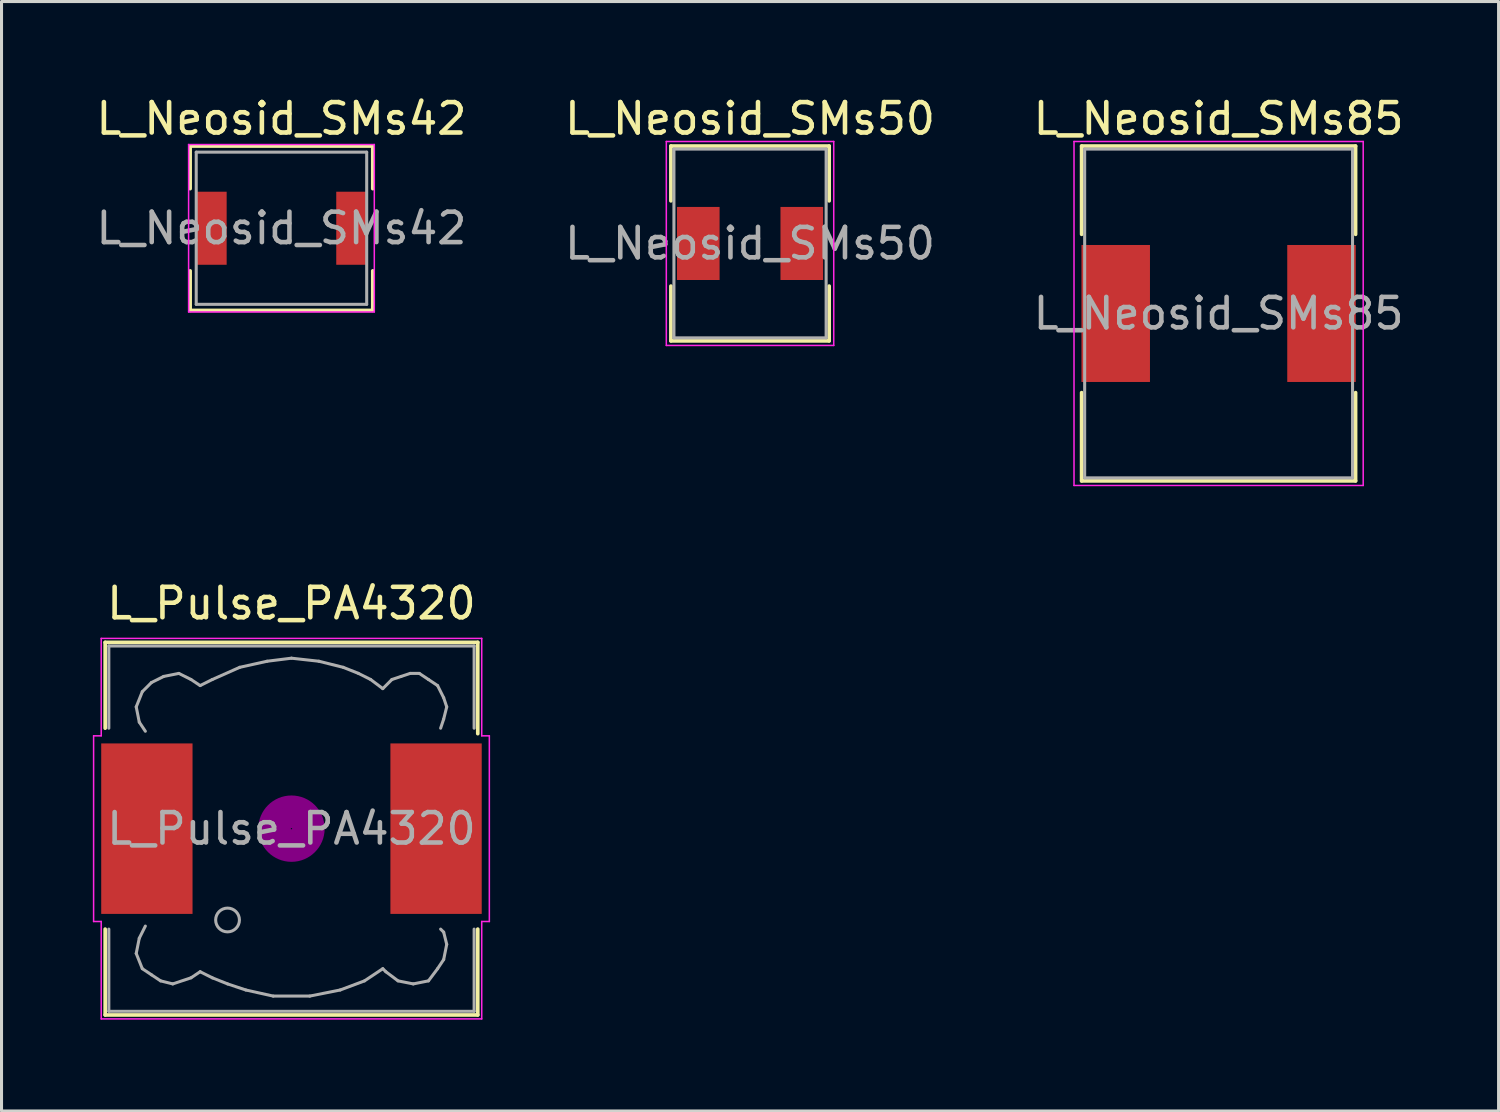
<source format=kicad_pcb>
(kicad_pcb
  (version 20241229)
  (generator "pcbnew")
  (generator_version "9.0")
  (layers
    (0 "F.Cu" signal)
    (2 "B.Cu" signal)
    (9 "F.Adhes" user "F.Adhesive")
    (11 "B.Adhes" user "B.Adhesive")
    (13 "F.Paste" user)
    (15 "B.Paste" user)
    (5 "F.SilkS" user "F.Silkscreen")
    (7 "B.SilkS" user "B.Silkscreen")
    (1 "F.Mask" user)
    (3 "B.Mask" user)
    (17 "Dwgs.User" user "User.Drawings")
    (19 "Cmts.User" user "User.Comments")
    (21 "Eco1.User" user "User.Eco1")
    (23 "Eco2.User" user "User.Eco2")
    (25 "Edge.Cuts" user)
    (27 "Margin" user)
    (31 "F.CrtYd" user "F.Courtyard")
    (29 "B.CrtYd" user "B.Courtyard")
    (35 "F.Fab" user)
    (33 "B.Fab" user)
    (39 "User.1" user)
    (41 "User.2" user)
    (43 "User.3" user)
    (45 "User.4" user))
  (footprint "L_Neosid_SMs50"
    (layer "F.Cu")
    (at 21.589 4.948)
    (property "Reference" "L_Neosid_SMs50" (at 0 -4.1 0) (layer "F.SilkS") (effects (font (size 1 1) (thickness 0.15))))
    (attr smd)
    (fp_line (start -2.6 -3.2) (end 2.6 -3.2) (stroke (width 0.12) (type solid)) (layer "F.SilkS"))
    (fp_line (start -2.6 -1.4) (end -2.6 -3.2) (stroke (width 0.12) (type solid)) (layer "F.SilkS"))
    (fp_line (start -2.6 3.2) (end -2.6 1.4) (stroke (width 0.12) (type solid)) (layer "F.SilkS"))
    (fp_line (start 2.6 -3.2) (end 2.6 -1.4) (stroke (width 0.12) (type solid)) (layer "F.SilkS"))
    (fp_line (start 2.6 1.4) (end 2.6 3.2) (stroke (width 0.12) (type solid)) (layer "F.SilkS"))
    (fp_line (start 2.6 3.2) (end -2.6 3.2) (stroke (width 0.12) (type solid)) (layer "F.SilkS"))
    (fp_line (start -2.75 -3.35) (end -2.75 3.35) (stroke (width 0.05) (type solid)) (layer "F.CrtYd"))
    (fp_line (start -2.75 -3.35) (end 2.75 -3.35) (stroke (width 0.05) (type solid)) (layer "F.CrtYd"))
    (fp_line (start 2.75 3.35) (end -2.75 3.35) (stroke (width 0.05) (type solid)) (layer "F.CrtYd"))
    (fp_line (start 2.75 3.35) (end 2.75 -3.35) (stroke (width 0.05) (type solid)) (layer "F.CrtYd"))
    (fp_line (start -2.5 -3.1) (end 2.5 -3.1) (stroke (width 0.1) (type solid)) (layer "F.Fab"))
    (fp_line (start -2.5 3.1) (end -2.5 -3.1) (stroke (width 0.1) (type solid)) (layer "F.Fab"))
    (fp_line (start 2.5 -3.1) (end 2.5 3.1) (stroke (width 0.1) (type solid)) (layer "F.Fab"))
    (fp_line (start 2.5 3.1) (end -2.5 3.1) (stroke (width 0.1) (type solid)) (layer "F.Fab"))
    (fp_text user "${REFERENCE}" (at 0 0 0) (layer "F.Fab") (effects (font (size 1 1) (thickness 0.15))))
    (pad "1" smd rect (at -1.7 0) (size 1.4 2.4) (layers "F.Cu" "F.Mask" "F.Paste"))
    (pad "2" smd rect (at 1.7 0) (size 1.4 2.4) (layers "F.Cu" "F.Mask" "F.Paste")))
  (footprint "L_Pulse_PA4320"
    (layer "F.Cu")
    (at 6.525 24.172)
    (property "Reference" "L_Pulse_PA4320" (at 0 -7.4 0) (layer "F.SilkS") (effects (font (size 1 1) (thickness 0.15))))
    (attr smd)
    (fp_line (start -6.12 -6.12) (end 6.12 -6.12) (stroke (width 0.12) (type solid)) (layer "F.SilkS"))
    (fp_line (start -6.12 -3.3) (end -6.12 -6.12) (stroke (width 0.12) (type solid)) (layer "F.SilkS"))
    (fp_line (start -6.12 6.12) (end -6.12 3.3) (stroke (width 0.12) (type solid)) (layer "F.SilkS"))
    (fp_line (start 6.12 -6.12) (end 6.12 -3.12) (stroke (width 0.12) (type solid)) (layer "F.SilkS"))
    (fp_line (start 6.12 3.3) (end 6.12 6.12) (stroke (width 0.12) (type solid)) (layer "F.SilkS"))
    (fp_line (start 6.12 6.12) (end -6.12 6.12) (stroke (width 0.12) (type solid)) (layer "F.SilkS"))
    (fp_circle (center 0 0) (end 0.15 0.15) (stroke (width 0.38) (type solid)) (fill no) (layer "F.Adhes"))
    (fp_circle (center 0 0) (end 0.55 0) (stroke (width 0.38) (type solid)) (fill no) (layer "F.Adhes"))
    (fp_circle (center 0 0) (end 0.9 0) (stroke (width 0.38) (type solid)) (fill no) (layer "F.Adhes"))
    (fp_line (start -6.5 -3.05) (end -6.25 -3.05) (stroke (width 0.05) (type solid)) (layer "F.CrtYd"))
    (fp_line (start -6.5 3.05) (end -6.5 -3.05) (stroke (width 0.05) (type solid)) (layer "F.CrtYd"))
    (fp_line (start -6.5 3.05) (end -6.25 3.05) (stroke (width 0.05) (type solid)) (layer "F.CrtYd"))
    (fp_line (start -6.25 -6.25) (end 6.25 -6.25) (stroke (width 0.05) (type solid)) (layer "F.CrtYd"))
    (fp_line (start -6.25 -3.05) (end -6.25 -6.25) (stroke (width 0.05) (type solid)) (layer "F.CrtYd"))
    (fp_line (start -6.25 6.25) (end -6.25 3.05) (stroke (width 0.05) (type solid)) (layer "F.CrtYd"))
    (fp_line (start 6.25 -3.05) (end 6.25 -6.25) (stroke (width 0.05) (type solid)) (layer "F.CrtYd"))
    (fp_line (start 6.25 -3.05) (end 6.5 -3.05) (stroke (width 0.05) (type solid)) (layer "F.CrtYd"))
    (fp_line (start 6.25 3.05) (end 6.5 3.05) (stroke (width 0.05) (type solid)) (layer "F.CrtYd"))
    (fp_line (start 6.25 6.25) (end -6.25 6.25) (stroke (width 0.05) (type solid)) (layer "F.CrtYd"))
    (fp_line (start 6.25 6.25) (end 6.25 3.05) (stroke (width 0.05) (type solid)) (layer "F.CrtYd"))
    (fp_line (start 6.5 -3.05) (end 6.5 3.05) (stroke (width 0.05) (type solid)) (layer "F.CrtYd"))
    (fp_line (start -6 -6) (end -6 -3.3) (stroke (width 0.1) (type solid)) (layer "F.Fab"))
    (fp_line (start -6 3.3) (end -6 6) (stroke (width 0.1) (type solid)) (layer "F.Fab"))
    (fp_line (start -6 6) (end 6 6) (stroke (width 0.1) (type solid)) (layer "F.Fab"))
    (fp_line (start -5.1 -4) (end -5 -3.5) (stroke (width 0.1) (type solid)) (layer "F.Fab"))
    (fp_line (start -5.1 4.1) (end -5 3.6) (stroke (width 0.1) (type solid)) (layer "F.Fab"))
    (fp_line (start -5 -3.5) (end -4.8 -3.2) (stroke (width 0.1) (type solid)) (layer "F.Fab"))
    (fp_line (start -5 3.6) (end -4.8 3.2) (stroke (width 0.1) (type solid)) (layer "F.Fab"))
    (fp_line (start -4.9 -4.5) (end -5.1 -4) (stroke (width 0.1) (type solid)) (layer "F.Fab"))
    (fp_line (start -4.9 4.6) (end -5.1 4.1) (stroke (width 0.1) (type solid)) (layer "F.Fab"))
    (fp_line (start -4.6 -4.8) (end -4.9 -4.5) (stroke (width 0.1) (type solid)) (layer "F.Fab"))
    (fp_line (start -4.6 4.8) (end -4.9 4.6) (stroke (width 0.1) (type solid)) (layer "F.Fab"))
    (fp_line (start -4.3 5) (end -4.6 4.8) (stroke (width 0.1) (type solid)) (layer "F.Fab"))
    (fp_line (start -4.2 -5) (end -4.6 -4.8) (stroke (width 0.1) (type solid)) (layer "F.Fab"))
    (fp_line (start -3.9 5.1) (end -4.3 5) (stroke (width 0.1) (type solid)) (layer "F.Fab"))
    (fp_line (start -3.7 -5.1) (end -4.2 -5) (stroke (width 0.1) (type solid)) (layer "F.Fab"))
    (fp_line (start -3.3 -4.9) (end -3.7 -5.1) (stroke (width 0.1) (type solid)) (layer "F.Fab"))
    (fp_line (start -3.3 4.9) (end -3.9 5.1) (stroke (width 0.1) (type solid)) (layer "F.Fab"))
    (fp_line (start -3 -4.7) (end -3.3 -4.9) (stroke (width 0.1) (type solid)) (layer "F.Fab"))
    (fp_line (start -3 4.7) (end -3.3 4.9) (stroke (width 0.1) (type solid)) (layer "F.Fab"))
    (fp_line (start -2.6 -4.9) (end -3 -4.7) (stroke (width 0.1) (type solid)) (layer "F.Fab"))
    (fp_line (start -2.6 4.9) (end -3 4.7) (stroke (width 0.1) (type solid)) (layer "F.Fab"))
    (fp_line (start -2.1 5.1) (end -2.6 4.9) (stroke (width 0.1) (type solid)) (layer "F.Fab"))
    (fp_line (start -1.7 -5.3) (end -2.6 -4.9) (stroke (width 0.1) (type solid)) (layer "F.Fab"))
    (fp_line (start -1.5 5.3) (end -2.1 5.1) (stroke (width 0.1) (type solid)) (layer "F.Fab"))
    (fp_line (start -0.8 -5.5) (end -1.7 -5.3) (stroke (width 0.1) (type solid)) (layer "F.Fab"))
    (fp_line (start -0.6 5.5) (end -1.5 5.3) (stroke (width 0.1) (type solid)) (layer "F.Fab"))
    (fp_line (start 0 -5.6) (end -0.8 -5.5) (stroke (width 0.1) (type solid)) (layer "F.Fab"))
    (fp_line (start 0.6 5.5) (end -0.6 5.5) (stroke (width 0.1) (type solid)) (layer "F.Fab"))
    (fp_line (start 0.9 -5.5) (end 0 -5.6) (stroke (width 0.1) (type solid)) (layer "F.Fab"))
    (fp_line (start 1.6 5.3) (end 0.6 5.5) (stroke (width 0.1) (type solid)) (layer "F.Fab"))
    (fp_line (start 1.7 -5.3) (end 0.9 -5.5) (stroke (width 0.1) (type solid)) (layer "F.Fab"))
    (fp_line (start 2.2 -5.1) (end 1.7 -5.3) (stroke (width 0.1) (type solid)) (layer "F.Fab"))
    (fp_line (start 2.4 5) (end 1.6 5.3) (stroke (width 0.1) (type solid)) (layer "F.Fab"))
    (fp_line (start 2.6 -4.9) (end 2.2 -5.1) (stroke (width 0.1) (type solid)) (layer "F.Fab"))
    (fp_line (start 3 -4.6) (end 2.6 -4.9) (stroke (width 0.1) (type solid)) (layer "F.Fab"))
    (fp_line (start 3 4.6) (end 2.4 5) (stroke (width 0.1) (type solid)) (layer "F.Fab"))
    (fp_line (start 3.1 4.7) (end 3 4.6) (stroke (width 0.1) (type solid)) (layer "F.Fab"))
    (fp_line (start 3.3 -4.9) (end 3 -4.6) (stroke (width 0.1) (type solid)) (layer "F.Fab"))
    (fp_line (start 3.5 5) (end 3.1 4.7) (stroke (width 0.1) (type solid)) (layer "F.Fab"))
    (fp_line (start 3.6 -5) (end 3.3 -4.9) (stroke (width 0.1) (type solid)) (layer "F.Fab"))
    (fp_line (start 3.9 -5.1) (end 3.6 -5) (stroke (width 0.1) (type solid)) (layer "F.Fab"))
    (fp_line (start 4 5.1) (end 3.5 5) (stroke (width 0.1) (type solid)) (layer "F.Fab"))
    (fp_line (start 4.2 -5.1) (end 3.9 -5.1) (stroke (width 0.1) (type solid)) (layer "F.Fab"))
    (fp_line (start 4.5 -4.9) (end 4.2 -5.1) (stroke (width 0.1) (type solid)) (layer "F.Fab"))
    (fp_line (start 4.5 5) (end 4 5.1) (stroke (width 0.1) (type solid)) (layer "F.Fab"))
    (fp_line (start 4.8 -4.7) (end 4.5 -4.9) (stroke (width 0.1) (type solid)) (layer "F.Fab"))
    (fp_line (start 4.8 4.6) (end 4.5 5) (stroke (width 0.1) (type solid)) (layer "F.Fab"))
    (fp_line (start 4.9 -3.3) (end 5 -3.6) (stroke (width 0.1) (type solid)) (layer "F.Fab"))
    (fp_line (start 4.9 3.3) (end 5 3.4) (stroke (width 0.1) (type solid)) (layer "F.Fab"))
    (fp_line (start 5 -4.3) (end 4.8 -4.7) (stroke (width 0.1) (type solid)) (layer "F.Fab"))
    (fp_line (start 5 -3.6) (end 5.1 -4) (stroke (width 0.1) (type solid)) (layer "F.Fab"))
    (fp_line (start 5 3.4) (end 5.1 3.8) (stroke (width 0.1) (type solid)) (layer "F.Fab"))
    (fp_line (start 5 4.3) (end 4.8 4.6) (stroke (width 0.1) (type solid)) (layer "F.Fab"))
    (fp_line (start 5.1 -4) (end 5 -4.3) (stroke (width 0.1) (type solid)) (layer "F.Fab"))
    (fp_line (start 5.1 3.8) (end 5 4.3) (stroke (width 0.1) (type solid)) (layer "F.Fab"))
    (fp_line (start 6 -6) (end -6 -6) (stroke (width 0.1) (type solid)) (layer "F.Fab"))
    (fp_line (start 6 -6) (end 6 -3.3) (stroke (width 0.1) (type solid)) (layer "F.Fab"))
    (fp_line (start 6 6) (end 6 3.3) (stroke (width 0.1) (type solid)) (layer "F.Fab"))
    (fp_circle (center -2.1 3) (end -1.8 3.25) (stroke (width 0.1) (type solid)) (fill no) (layer "F.Fab"))
    (fp_text user "${REFERENCE}" (at 0 0 0) (layer "F.Fab") (effects (font (size 1 1) (thickness 0.15))))
    (pad "1" smd rect (at -4.75 0) (size 3 5.6) (layers "F.Cu" "F.Mask" "F.Paste"))
    (pad "2" smd rect (at 4.75 0) (size 3 5.6) (layers "F.Cu" "F.Mask" "F.Paste")))
  (footprint "L_Neosid_SMs85"
    (layer "F.Cu")
    (at 36.982 7.248)
    (property "Reference" "L_Neosid_SMs85" (at 0 -6.4 0) (layer "F.SilkS") (effects (font (size 1 1) (thickness 0.15))))
    (attr smd)
    (fp_line (start -4.5 -5.5) (end 4.5 -5.5) (stroke (width 0.12) (type solid)) (layer "F.SilkS"))
    (fp_line (start -4.5 -2.6) (end -4.5 -5.5) (stroke (width 0.12) (type solid)) (layer "F.SilkS"))
    (fp_line (start -4.5 5.5) (end -4.5 2.6) (stroke (width 0.12) (type solid)) (layer "F.SilkS"))
    (fp_line (start 4.5 -5.5) (end 4.5 -2.6) (stroke (width 0.12) (type solid)) (layer "F.SilkS"))
    (fp_line (start 4.5 2.6) (end 4.5 5.5) (stroke (width 0.12) (type solid)) (layer "F.SilkS"))
    (fp_line (start 4.5 5.5) (end -4.5 5.5) (stroke (width 0.12) (type solid)) (layer "F.SilkS"))
    (fp_line (start -4.75 -5.65) (end -4.75 5.65) (stroke (width 0.05) (type solid)) (layer "F.CrtYd"))
    (fp_line (start -4.75 -5.65) (end 4.75 -5.65) (stroke (width 0.05) (type solid)) (layer "F.CrtYd"))
    (fp_line (start 4.75 5.65) (end -4.75 5.65) (stroke (width 0.05) (type solid)) (layer "F.CrtYd"))
    (fp_line (start 4.75 5.65) (end 4.75 -5.65) (stroke (width 0.05) (type solid)) (layer "F.CrtYd"))
    (fp_line (start -4.4 -5.4) (end 4.4 -5.4) (stroke (width 0.1) (type solid)) (layer "F.Fab"))
    (fp_line (start -4.4 5.4) (end -4.4 -5.4) (stroke (width 0.1) (type solid)) (layer "F.Fab"))
    (fp_line (start 4.4 -5.4) (end 4.4 5.4) (stroke (width 0.1) (type solid)) (layer "F.Fab"))
    (fp_line (start 4.4 5.4) (end -4.4 5.4) (stroke (width 0.1) (type solid)) (layer "F.Fab"))
    (fp_text user "${REFERENCE}" (at 0 0 0) (layer "F.Fab") (effects (font (size 1 1) (thickness 0.15))))
    (pad "1" smd rect (at -3.38 0) (size 2.25 4.5) (layers "F.Cu" "F.Mask" "F.Paste"))
    (pad "2" smd rect (at 3.38 0) (size 2.25 4.5) (layers "F.Cu" "F.Mask" "F.Paste")))
  (footprint "L_Neosid_SMs42"
    (layer "F.Cu")
    (at 6.196 4.448)
    (property "Reference" "L_Neosid_SMs42" (at 0 -3.6 0) (layer "F.SilkS") (effects (font (size 1 1) (thickness 0.15))))
    (attr smd)
    (fp_line (start -3 -2.7) (end 3 -2.7) (stroke (width 0.12) (type solid)) (layer "F.SilkS"))
    (fp_line (start -3 -1.3) (end -3 -2.7) (stroke (width 0.12) (type solid)) (layer "F.SilkS"))
    (fp_line (start -3 2.7) (end -3 1.4) (stroke (width 0.12) (type solid)) (layer "F.SilkS"))
    (fp_line (start 3 -2.7) (end 3 -1.3) (stroke (width 0.12) (type solid)) (layer "F.SilkS"))
    (fp_line (start 3 1.4) (end 3 2.7) (stroke (width 0.12) (type solid)) (layer "F.SilkS"))
    (fp_line (start 3 2.7) (end -3 2.7) (stroke (width 0.12) (type solid)) (layer "F.SilkS"))
    (fp_line (start -3.05 -2.75) (end -3.05 2.75) (stroke (width 0.05) (type solid)) (layer "F.CrtYd"))
    (fp_line (start -3.05 -2.75) (end 3.05 -2.75) (stroke (width 0.05) (type solid)) (layer "F.CrtYd"))
    (fp_line (start 3.05 2.75) (end -3.05 2.75) (stroke (width 0.05) (type solid)) (layer "F.CrtYd"))
    (fp_line (start 3.05 2.75) (end 3.05 -2.75) (stroke (width 0.05) (type solid)) (layer "F.CrtYd"))
    (fp_line (start -2.8 -2.5) (end 2.8 -2.5) (stroke (width 0.1) (type solid)) (layer "F.Fab"))
    (fp_line (start -2.8 2.5) (end -2.8 -2.5) (stroke (width 0.1) (type solid)) (layer "F.Fab"))
    (fp_line (start 2.8 -2.5) (end 2.8 2.5) (stroke (width 0.1) (type solid)) (layer "F.Fab"))
    (fp_line (start 2.8 2.5) (end -2.8 2.5) (stroke (width 0.1) (type solid)) (layer "F.Fab"))
    (fp_text user "${REFERENCE}" (at 0 0 0) (layer "F.Fab") (effects (font (size 1 1) (thickness 0.15))))
    (pad "1" smd rect (at -2.3 0) (size 1 2.4) (layers "F.Cu" "F.Mask" "F.Paste"))
    (pad "2" smd rect (at 2.3 0) (size 1 2.4) (layers "F.Cu" "F.Mask" "F.Paste")))
  (gr_rect
    (start -3 -3)
    (end 46.179 33.447)
    (stroke (width 0.1) (type default))
    (fill no)
    (layer "Edge.Cuts")))
</source>
